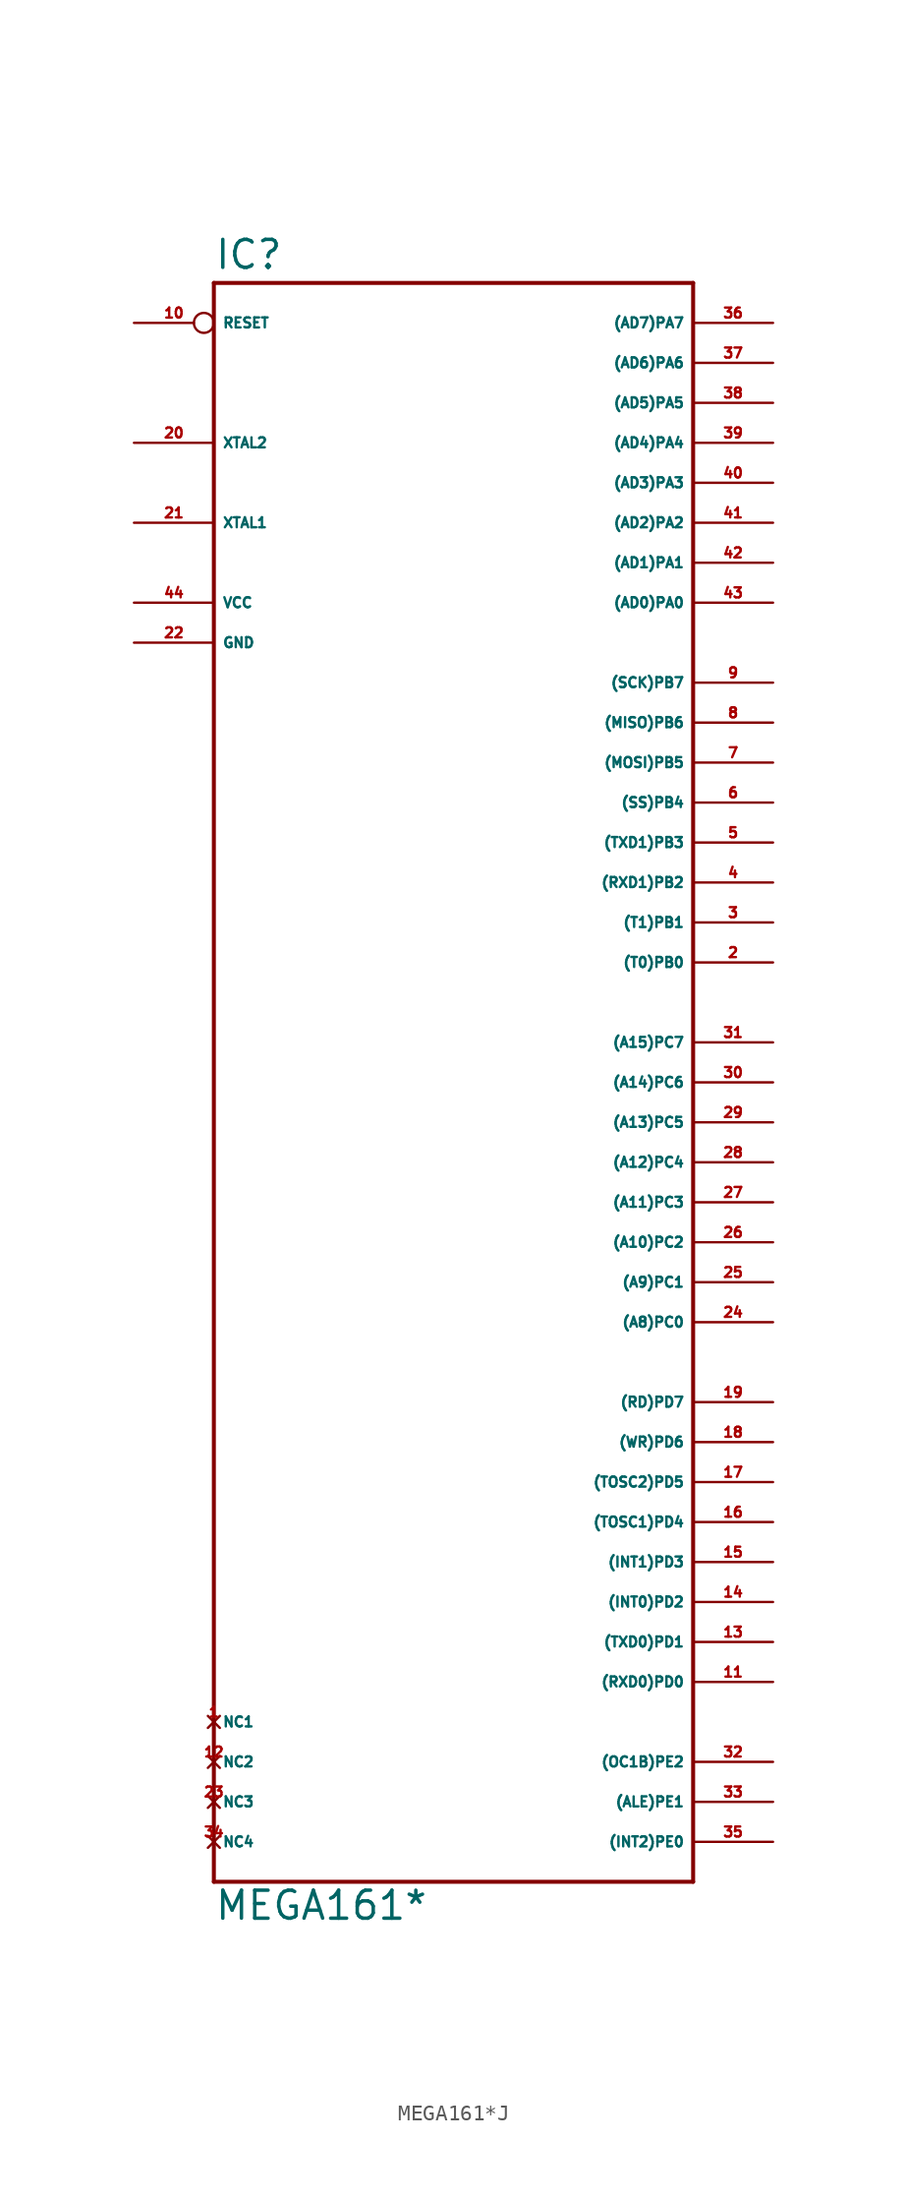
<source format=kicad_sym>
(kicad_symbol_lib
  (version 20220914)
  (generator Eagle2Kicad)
  (symbol "MEGA161*J"
    (property "Reference" "IC"
      (at -15.24 43.942 0)
      (effects (font (size 1.778 1.778) (thickness 0.22)) (justify left bottom)))
    (property "Value" "MEGA161*"
      (at -15.24 -60.96 0)
      (effects (font (size 1.778 1.778) (thickness 0.22)) (justify left bottom)))
    (polyline
      (pts (xy -15.24 43.18) (xy 15.24 43.18))
      (stroke (width 0.254) (type default))
      (fill (type none)))
    (polyline
      (pts (xy 15.24 43.18) (xy 15.24 -58.42))
      (stroke (width 0.254) (type default))
      (fill (type none)))
    (polyline
      (pts (xy 15.24 -58.42) (xy -15.24 -58.42))
      (stroke (width 0.254) (type default))
      (fill (type none)))
    (polyline
      (pts (xy -15.24 -58.42) (xy -15.24 43.18))
      (stroke (width 0.254) (type default))
      (fill (type none)))
    (pin bidirectional line
      (at 20.32 40.64 180)
      (length 5.08)
      (name "(AD7)PA7" (effects (font (size 0.635 0.635) (thickness 0.08)) (justify left bottom)))
      (number "36" (effects (font (size 0.635 0.635) (thickness 0.08)) (justify left bottom))))
    (pin bidirectional line
      (at 20.32 38.1 180)
      (length 5.08)
      (name "(AD6)PA6" (effects (font (size 0.635 0.635) (thickness 0.08)) (justify left bottom)))
      (number "37" (effects (font (size 0.635 0.635) (thickness 0.08)) (justify left bottom))))
    (pin bidirectional line
      (at 20.32 35.56 180)
      (length 5.08)
      (name "(AD5)PA5" (effects (font (size 0.635 0.635) (thickness 0.08)) (justify left bottom)))
      (number "38" (effects (font (size 0.635 0.635) (thickness 0.08)) (justify left bottom))))
    (pin bidirectional line
      (at 20.32 33.02 180)
      (length 5.08)
      (name "(AD4)PA4" (effects (font (size 0.635 0.635) (thickness 0.08)) (justify left bottom)))
      (number "39" (effects (font (size 0.635 0.635) (thickness 0.08)) (justify left bottom))))
    (pin bidirectional line
      (at 20.32 30.48 180)
      (length 5.08)
      (name "(AD3)PA3" (effects (font (size 0.635 0.635) (thickness 0.08)) (justify left bottom)))
      (number "40" (effects (font (size 0.635 0.635) (thickness 0.08)) (justify left bottom))))
    (pin bidirectional line
      (at 20.32 27.94 180)
      (length 5.08)
      (name "(AD2)PA2" (effects (font (size 0.635 0.635) (thickness 0.08)) (justify left bottom)))
      (number "41" (effects (font (size 0.635 0.635) (thickness 0.08)) (justify left bottom))))
    (pin bidirectional line
      (at 20.32 25.4 180)
      (length 5.08)
      (name "(AD1)PA1" (effects (font (size 0.635 0.635) (thickness 0.08)) (justify left bottom)))
      (number "42" (effects (font (size 0.635 0.635) (thickness 0.08)) (justify left bottom))))
    (pin bidirectional line
      (at 20.32 22.86 180)
      (length 5.08)
      (name "(AD0)PA0" (effects (font (size 0.635 0.635) (thickness 0.08)) (justify left bottom)))
      (number "43" (effects (font (size 0.635 0.635) (thickness 0.08)) (justify left bottom))))
    (pin bidirectional line
      (at 20.32 17.78 180)
      (length 5.08)
      (name "(SCK)PB7" (effects (font (size 0.635 0.635) (thickness 0.08)) (justify left bottom)))
      (number "9" (effects (font (size 0.635 0.635) (thickness 0.08)) (justify left bottom))))
    (pin bidirectional line
      (at 20.32 15.24 180)
      (length 5.08)
      (name "(MISO)PB6" (effects (font (size 0.635 0.635) (thickness 0.08)) (justify left bottom)))
      (number "8" (effects (font (size 0.635 0.635) (thickness 0.08)) (justify left bottom))))
    (pin bidirectional line
      (at 20.32 12.7 180)
      (length 5.08)
      (name "(MOSI)PB5" (effects (font (size 0.635 0.635) (thickness 0.08)) (justify left bottom)))
      (number "7" (effects (font (size 0.635 0.635) (thickness 0.08)) (justify left bottom))))
    (pin bidirectional line
      (at 20.32 10.16 180)
      (length 5.08)
      (name "(SS)PB4" (effects (font (size 0.635 0.635) (thickness 0.08)) (justify left bottom)))
      (number "6" (effects (font (size 0.635 0.635) (thickness 0.08)) (justify left bottom))))
    (pin bidirectional line
      (at 20.32 7.62 180)
      (length 5.08)
      (name "(TXD1)PB3" (effects (font (size 0.635 0.635) (thickness 0.08)) (justify left bottom)))
      (number "5" (effects (font (size 0.635 0.635) (thickness 0.08)) (justify left bottom))))
    (pin bidirectional line
      (at 20.32 5.08 180)
      (length 5.08)
      (name "(RXD1)PB2" (effects (font (size 0.635 0.635) (thickness 0.08)) (justify left bottom)))
      (number "4" (effects (font (size 0.635 0.635) (thickness 0.08)) (justify left bottom))))
    (pin bidirectional line
      (at 20.32 2.54 180)
      (length 5.08)
      (name "(T1)PB1" (effects (font (size 0.635 0.635) (thickness 0.08)) (justify left bottom)))
      (number "3" (effects (font (size 0.635 0.635) (thickness 0.08)) (justify left bottom))))
    (pin bidirectional line
      (at 20.32 0 180)
      (length 5.08)
      (name "(T0)PB0" (effects (font (size 0.635 0.635) (thickness 0.08)) (justify left bottom)))
      (number "2" (effects (font (size 0.635 0.635) (thickness 0.08)) (justify left bottom))))
    (pin bidirectional line
      (at 20.32 -5.08 180)
      (length 5.08)
      (name "(A15)PC7" (effects (font (size 0.635 0.635) (thickness 0.08)) (justify left bottom)))
      (number "31" (effects (font (size 0.635 0.635) (thickness 0.08)) (justify left bottom))))
    (pin bidirectional line
      (at 20.32 -7.62 180)
      (length 5.08)
      (name "(A14)PC6" (effects (font (size 0.635 0.635) (thickness 0.08)) (justify left bottom)))
      (number "30" (effects (font (size 0.635 0.635) (thickness 0.08)) (justify left bottom))))
    (pin bidirectional line
      (at 20.32 -10.16 180)
      (length 5.08)
      (name "(A13)PC5" (effects (font (size 0.635 0.635) (thickness 0.08)) (justify left bottom)))
      (number "29" (effects (font (size 0.635 0.635) (thickness 0.08)) (justify left bottom))))
    (pin bidirectional line
      (at 20.32 -12.7 180)
      (length 5.08)
      (name "(A12)PC4" (effects (font (size 0.635 0.635) (thickness 0.08)) (justify left bottom)))
      (number "28" (effects (font (size 0.635 0.635) (thickness 0.08)) (justify left bottom))))
    (pin bidirectional line
      (at 20.32 -15.24 180)
      (length 5.08)
      (name "(A11)PC3" (effects (font (size 0.635 0.635) (thickness 0.08)) (justify left bottom)))
      (number "27" (effects (font (size 0.635 0.635) (thickness 0.08)) (justify left bottom))))
    (pin bidirectional line
      (at 20.32 -17.78 180)
      (length 5.08)
      (name "(A10)PC2" (effects (font (size 0.635 0.635) (thickness 0.08)) (justify left bottom)))
      (number "26" (effects (font (size 0.635 0.635) (thickness 0.08)) (justify left bottom))))
    (pin bidirectional line
      (at 20.32 -20.32 180)
      (length 5.08)
      (name "(A9)PC1" (effects (font (size 0.635 0.635) (thickness 0.08)) (justify left bottom)))
      (number "25" (effects (font (size 0.635 0.635) (thickness 0.08)) (justify left bottom))))
    (pin bidirectional line
      (at 20.32 -22.86 180)
      (length 5.08)
      (name "(A8)PC0" (effects (font (size 0.635 0.635) (thickness 0.08)) (justify left bottom)))
      (number "24" (effects (font (size 0.635 0.635) (thickness 0.08)) (justify left bottom))))
    (pin bidirectional line
      (at 20.32 -27.94 180)
      (length 5.08)
      (name "(RD)PD7" (effects (font (size 0.635 0.635) (thickness 0.08)) (justify left bottom)))
      (number "19" (effects (font (size 0.635 0.635) (thickness 0.08)) (justify left bottom))))
    (pin bidirectional line
      (at 20.32 -30.48 180)
      (length 5.08)
      (name "(WR)PD6" (effects (font (size 0.635 0.635) (thickness 0.08)) (justify left bottom)))
      (number "18" (effects (font (size 0.635 0.635) (thickness 0.08)) (justify left bottom))))
    (pin bidirectional line
      (at 20.32 -33.02 180)
      (length 5.08)
      (name "(TOSC2)PD5" (effects (font (size 0.635 0.635) (thickness 0.08)) (justify left bottom)))
      (number "17" (effects (font (size 0.635 0.635) (thickness 0.08)) (justify left bottom))))
    (pin bidirectional line
      (at 20.32 -35.56 180)
      (length 5.08)
      (name "(TOSC1)PD4" (effects (font (size 0.635 0.635) (thickness 0.08)) (justify left bottom)))
      (number "16" (effects (font (size 0.635 0.635) (thickness 0.08)) (justify left bottom))))
    (pin bidirectional line
      (at 20.32 -38.1 180)
      (length 5.08)
      (name "(INT1)PD3" (effects (font (size 0.635 0.635) (thickness 0.08)) (justify left bottom)))
      (number "15" (effects (font (size 0.635 0.635) (thickness 0.08)) (justify left bottom))))
    (pin bidirectional line
      (at 20.32 -40.64 180)
      (length 5.08)
      (name "(INT0)PD2" (effects (font (size 0.635 0.635) (thickness 0.08)) (justify left bottom)))
      (number "14" (effects (font (size 0.635 0.635) (thickness 0.08)) (justify left bottom))))
    (pin bidirectional line
      (at 20.32 -43.18 180)
      (length 5.08)
      (name "(TXD0)PD1" (effects (font (size 0.635 0.635) (thickness 0.08)) (justify left bottom)))
      (number "13" (effects (font (size 0.635 0.635) (thickness 0.08)) (justify left bottom))))
    (pin bidirectional line
      (at 20.32 -45.72 180)
      (length 5.08)
      (name "(RXD0)PD0" (effects (font (size 0.635 0.635) (thickness 0.08)) (justify left bottom)))
      (number "11" (effects (font (size 0.635 0.635) (thickness 0.08)) (justify left bottom))))
    (pin bidirectional line
      (at 20.32 -50.8 180)
      (length 5.08)
      (name "(OC1B)PE2" (effects (font (size 0.635 0.635) (thickness 0.08)) (justify left bottom)))
      (number "32" (effects (font (size 0.635 0.635) (thickness 0.08)) (justify left bottom))))
    (pin bidirectional line
      (at 20.32 -53.34 180)
      (length 5.08)
      (name "(ALE)PE1" (effects (font (size 0.635 0.635) (thickness 0.08)) (justify left bottom)))
      (number "33" (effects (font (size 0.635 0.635) (thickness 0.08)) (justify left bottom))))
    (pin bidirectional line
      (at 20.32 -55.88 180)
      (length 5.08)
      (name "(INT2)PE0" (effects (font (size 0.635 0.635) (thickness 0.08)) (justify left bottom)))
      (number "35" (effects (font (size 0.635 0.635) (thickness 0.08)) (justify left bottom))))
    (pin input inverted
      (at -20.32 40.64 0)
      (length 5.08)
      (name "RESET" (effects (font (size 0.635 0.635) (thickness 0.08)) (justify left bottom)))
      (number "10" (effects (font (size 0.635 0.635) (thickness 0.08)) (justify left bottom))))
    (pin unspecified line
      (at -20.32 22.86 0)
      (length 5.08)
      (name "VCC" (effects (font (size 0.635 0.635) (thickness 0.08)) (justify left bottom)))
      (number "44" (effects (font (size 0.635 0.635) (thickness 0.08)) (justify left bottom))))
    (pin unspecified line
      (at -20.32 20.32 0)
      (length 5.08)
      (name "GND" (effects (font (size 0.635 0.635) (thickness 0.08)) (justify left bottom)))
      (number "22" (effects (font (size 0.635 0.635) (thickness 0.08)) (justify left bottom))))
    (pin input line
      (at -20.32 33.02 0)
      (length 5.08)
      (name "XTAL2" (effects (font (size 0.635 0.635) (thickness 0.08)) (justify left bottom)))
      (number "20" (effects (font (size 0.635 0.635) (thickness 0.08)) (justify left bottom))))
    (pin input line
      (at -20.32 27.94 0)
      (length 5.08)
      (name "XTAL1" (effects (font (size 0.635 0.635) (thickness 0.08)) (justify left bottom)))
      (number "21" (effects (font (size 0.635 0.635) (thickness 0.08)) (justify left bottom))))
    (pin no_connect line
      (at -15.24 -48.26 0)
      (length 0)
      (name "NC1" (effects (font (size 0.635 0.635) (thickness 0.08)) (justify left bottom) hide))
      (number "1" (effects (font (size 0.635 0.635) (thickness 0.08)) (justify left bottom) hide)))
    (pin no_connect line
      (at -15.24 -50.8 0)
      (length 0)
      (name "NC2" (effects (font (size 0.635 0.635) (thickness 0.08)) (justify left bottom) hide))
      (number "12" (effects (font (size 0.635 0.635) (thickness 0.08)) (justify left bottom) hide)))
    (pin no_connect line
      (at -15.24 -53.34 0)
      (length 0)
      (name "NC3" (effects (font (size 0.635 0.635) (thickness 0.08)) (justify left bottom) hide))
      (number "23" (effects (font (size 0.635 0.635) (thickness 0.08)) (justify left bottom) hide)))
    (pin no_connect line
      (at -15.24 -55.88 0)
      (length 0)
      (name "NC4" (effects (font (size 0.635 0.635) (thickness 0.08)) (justify left bottom) hide))
      (number "34" (effects (font (size 0.635 0.635) (thickness 0.08)) (justify left bottom) hide)))))
</source>
